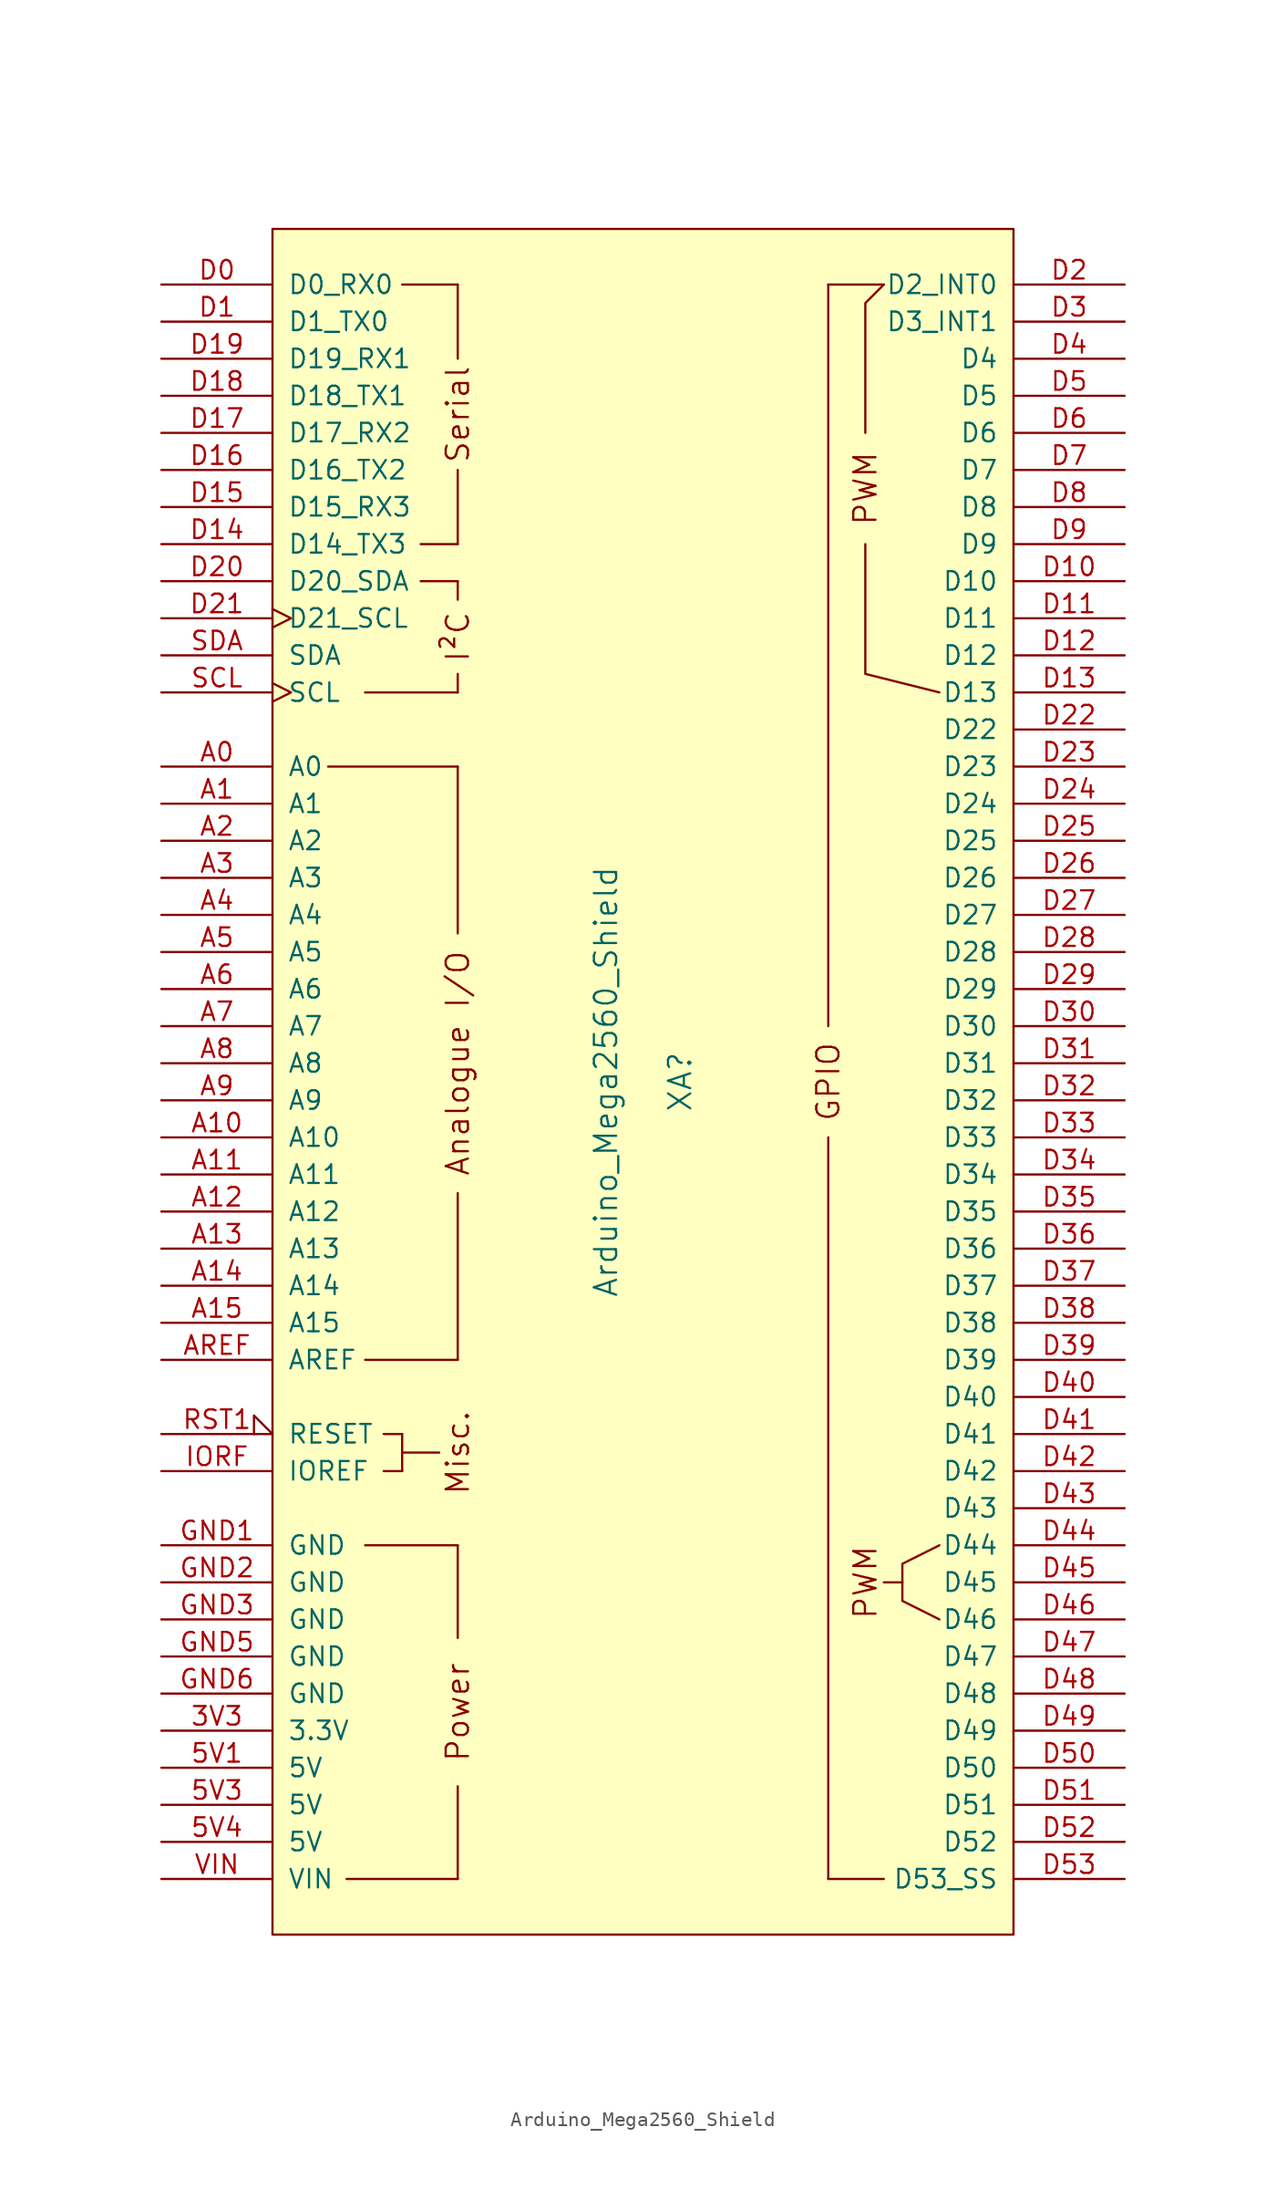
<source format=kicad_sym>
(kicad_symbol_lib
  (version 20220914)
  (generator kicad_symbol_editor)
  (symbol "Arduino_Mega2560_Shield"
    (pin_names
      (offset 1.016))
    (property "Reference" "XA"
      (at 2.54 0 90)
      (effects (font (size 1.524 1.524))))
    (property "Value" "Arduino_Mega2560_Shield"
      (at -2.54 0 90)
      (effects (font (size 1.524 1.524))))
    (symbol "Arduino_Mega2560_Shield_0_0"
      (rectangle (start -25.4 -58.42) (end 25.4 58.42) (stroke (width 0) (type solid)) (fill (type background)))
      (rectangle (start -20.32 -54.61) (end -12.7 -54.61) (stroke (width 0) (type solid)) (fill (type none)))
      (rectangle (start -19.05 -31.75) (end -12.7 -31.75) (stroke (width 0) (type solid)) (fill (type none)))
      (rectangle (start -19.05 -19.05) (end -12.7 -19.05) (stroke (width 0) (type solid)) (fill (type none)))
      (rectangle (start -19.05 26.67) (end -12.7 26.67) (stroke (width 0) (type solid)) (fill (type none)))
      (rectangle (start -17.78 -26.67) (end -16.51 -26.67) (stroke (width 0) (type solid)) (fill (type none)))
      (rectangle (start -17.78 -24.13) (end -16.51 -24.13) (stroke (width 0) (type solid)) (fill (type none)))
      (rectangle (start -16.51 -25.4) (end -13.97 -25.4) (stroke (width 0) (type solid)) (fill (type none)))
      (rectangle (start -16.51 -24.13) (end -16.51 -26.67) (stroke (width 0) (type solid)) (fill (type none)))
      (rectangle (start -16.51 54.61) (end -12.7 54.61) (stroke (width 0) (type solid)) (fill (type none)))
      (rectangle (start -15.24 34.29) (end -12.7 34.29) (stroke (width 0) (type solid)) (fill (type none)))
      (rectangle (start -15.24 36.83) (end -12.7 36.83) (stroke (width 0) (type solid)) (fill (type none)))
      (rectangle (start -12.7 -54.61) (end -12.7 -48.26) (stroke (width 0) (type solid)) (fill (type none)))
      (rectangle (start -12.7 -31.75) (end -12.7 -38.1) (stroke (width 0) (type solid)) (fill (type none)))
      (rectangle (start -12.7 26.67) (end -12.7 27.94) (stroke (width 0) (type solid)) (fill (type none)))
      (rectangle (start -12.7 34.29) (end -12.7 33.02) (stroke (width 0) (type solid)) (fill (type none)))
      (rectangle (start -12.7 41.91) (end -12.7 36.83) (stroke (width 0) (type solid)) (fill (type none)))
      (rectangle (start -12.7 49.53) (end -12.7 54.61) (stroke (width 0) (type solid)) (fill (type none)))
      (polyline (pts (xy -21.59 21.59) (xy -12.7 21.59)) (stroke (width 0) (type solid)) (fill (type none)))
      (polyline (pts (xy -12.7 -19.05) (xy -12.7 -7.62)) (stroke (width 0) (type solid)) (fill (type none)))
      (polyline (pts (xy -12.7 10.16) (xy -12.7 21.59)) (stroke (width 0) (type solid)) (fill (type none)))
      (polyline (pts (xy 12.7 -54.61) (xy 16.51 -54.61)) (stroke (width 0) (type solid)) (fill (type none)))
      (polyline (pts (xy 12.7 54.61) (xy 16.51 54.61)) (stroke (width 0) (type solid)) (fill (type none)))
      (polyline (pts (xy 17.78 -34.29) (xy 16.51 -34.29)) (stroke (width 0) (type solid)) (fill (type none)))
      (polyline (pts (xy 15.24 36.83) (xy 15.24 27.94) (xy 20.32 26.67)) (stroke (width 0) (type solid)) (fill (type none)))
      (polyline (pts (xy 15.24 44.45) (xy 15.24 53.34) (xy 16.51 54.61)) (stroke (width 0) (type solid)) (fill (type none)))
      (polyline (pts (xy 20.32 -31.75) (xy 17.78 -33.02) (xy 17.78 -35.56) (xy 20.32 -36.83)) (stroke (width 0) (type solid)) (fill (type none)))
      (text "Analogue I/O" (at -12.7 1.27 900) (effects (font (size 1.524 1.524))))
      (text "I²C" (at -12.7 30.48 900) (effects (font (size 1.524 1.524))))
      (text "Misc." (at -12.7 -25.4 900) (effects (font (size 1.524 1.524))))
      (text "Power" (at -12.7 -43.18 900) (effects (font (size 1.524 1.524))))
      (text "PWM" (at 15.24 -34.29 900) (effects (font (size 1.524 1.524))))
      (text "PWM" (at 15.24 40.64 900) (effects (font (size 1.524 1.524))))
      (text "Serial" (at -12.7 45.72 900) (effects (font (size 1.524 1.524)))))
    (symbol "Arduino_Mega2560_Shield_1_0"
      (rectangle (start 12.7 -54.61) (end 12.7 -3.81) (stroke (width 0) (type solid)) (fill (type none)))
      (rectangle (start 12.7 54.61) (end 12.7 3.81) (stroke (width 0) (type solid)) (fill (type none)))
      (text "GPIO" (at 12.7 0 900) (effects (font (size 1.524 1.524)))))
    (symbol "Arduino_Mega2560_Shield_1_1"
      (pin power_in line (at -33.02 -44.45 0) (length 7.62) (name "3.3V" (effects (font (size 1.27 1.27)))) (number "3V3" (effects (font (size 1.27 1.27)))))
      (pin power_in line (at -33.02 -46.99 0) (length 7.62) (name "5V" (effects (font (size 1.27 1.27)))) (number "5V1" (effects (font (size 1.27 1.27)))))
      (pin power_in line (at -33.02 -49.53 0) (length 7.62) (name "5V" (effects (font (size 1.27 1.27)))) (number "5V3" (effects (font (size 1.27 1.27)))))
      (pin power_in line (at -33.02 -52.07 0) (length 7.62) (name "5V" (effects (font (size 1.27 1.27)))) (number "5V4" (effects (font (size 1.27 1.27)))))
      (pin bidirectional line (at -33.02 21.59 0) (length 7.62) (name "A0" (effects (font (size 1.27 1.27)))) (number "A0" (effects (font (size 1.27 1.27)))))
      (pin bidirectional line (at -33.02 19.05 0) (length 7.62) (name "A1" (effects (font (size 1.27 1.27)))) (number "A1" (effects (font (size 1.27 1.27)))))
      (pin bidirectional line (at -33.02 -3.81 0) (length 7.62) (name "A10" (effects (font (size 1.27 1.27)))) (number "A10" (effects (font (size 1.27 1.27)))))
      (pin bidirectional line (at -33.02 -6.35 0) (length 7.62) (name "A11" (effects (font (size 1.27 1.27)))) (number "A11" (effects (font (size 1.27 1.27)))))
      (pin bidirectional line (at -33.02 -8.89 0) (length 7.62) (name "A12" (effects (font (size 1.27 1.27)))) (number "A12" (effects (font (size 1.27 1.27)))))
      (pin bidirectional line (at -33.02 -11.43 0) (length 7.62) (name "A13" (effects (font (size 1.27 1.27)))) (number "A13" (effects (font (size 1.27 1.27)))))
      (pin bidirectional line (at -33.02 -13.97 0) (length 7.62) (name "A14" (effects (font (size 1.27 1.27)))) (number "A14" (effects (font (size 1.27 1.27)))))
      (pin bidirectional line (at -33.02 -16.51 0) (length 7.62) (name "A15" (effects (font (size 1.27 1.27)))) (number "A15" (effects (font (size 1.27 1.27)))))
      (pin bidirectional line (at -33.02 16.51 0) (length 7.62) (name "A2" (effects (font (size 1.27 1.27)))) (number "A2" (effects (font (size 1.27 1.27)))))
      (pin bidirectional line (at -33.02 13.97 0) (length 7.62) (name "A3" (effects (font (size 1.27 1.27)))) (number "A3" (effects (font (size 1.27 1.27)))))
      (pin bidirectional line (at -33.02 11.43 0) (length 7.62) (name "A4" (effects (font (size 1.27 1.27)))) (number "A4" (effects (font (size 1.27 1.27)))))
      (pin bidirectional line (at -33.02 8.89 0) (length 7.62) (name "A5" (effects (font (size 1.27 1.27)))) (number "A5" (effects (font (size 1.27 1.27)))))
      (pin bidirectional line (at -33.02 6.35 0) (length 7.62) (name "A6" (effects (font (size 1.27 1.27)))) (number "A6" (effects (font (size 1.27 1.27)))))
      (pin bidirectional line (at -33.02 3.81 0) (length 7.62) (name "A7" (effects (font (size 1.27 1.27)))) (number "A7" (effects (font (size 1.27 1.27)))))
      (pin bidirectional line (at -33.02 1.27 0) (length 7.62) (name "A8" (effects (font (size 1.27 1.27)))) (number "A8" (effects (font (size 1.27 1.27)))))
      (pin bidirectional line (at -33.02 -1.27 0) (length 7.62) (name "A9" (effects (font (size 1.27 1.27)))) (number "A9" (effects (font (size 1.27 1.27)))))
      (pin input line (at -33.02 -19.05 0) (length 7.62) (name "AREF" (effects (font (size 1.27 1.27)))) (number "AREF" (effects (font (size 1.27 1.27)))))
      (pin bidirectional line (at -33.02 54.61 0) (length 7.62) (name "D0_RX0" (effects (font (size 1.27 1.27)))) (number "D0" (effects (font (size 1.27 1.27)))))
      (pin bidirectional line (at -33.02 52.07 0) (length 7.62) (name "D1_TX0" (effects (font (size 1.27 1.27)))) (number "D1" (effects (font (size 1.27 1.27)))))
      (pin bidirectional line (at 33.02 34.29 180) (length 7.62) (name "D10" (effects (font (size 1.27 1.27)))) (number "D10" (effects (font (size 1.27 1.27)))))
      (pin bidirectional line (at 33.02 31.75 180) (length 7.62) (name "D11" (effects (font (size 1.27 1.27)))) (number "D11" (effects (font (size 1.27 1.27)))))
      (pin bidirectional line (at 33.02 29.21 180) (length 7.62) (name "D12" (effects (font (size 1.27 1.27)))) (number "D12" (effects (font (size 1.27 1.27)))))
      (pin bidirectional line (at 33.02 26.67 180) (length 7.62) (name "D13" (effects (font (size 1.27 1.27)))) (number "D13" (effects (font (size 1.27 1.27)))))
      (pin bidirectional line (at -33.02 36.83 0) (length 7.62) (name "D14_TX3" (effects (font (size 1.27 1.27)))) (number "D14" (effects (font (size 1.27 1.27)))))
      (pin bidirectional line (at -33.02 39.37 0) (length 7.62) (name "D15_RX3" (effects (font (size 1.27 1.27)))) (number "D15" (effects (font (size 1.27 1.27)))))
      (pin bidirectional line (at -33.02 41.91 0) (length 7.62) (name "D16_TX2" (effects (font (size 1.27 1.27)))) (number "D16" (effects (font (size 1.27 1.27)))))
      (pin bidirectional line (at -33.02 44.45 0) (length 7.62) (name "D17_RX2" (effects (font (size 1.27 1.27)))) (number "D17" (effects (font (size 1.27 1.27)))))
      (pin bidirectional line (at -33.02 46.99 0) (length 7.62) (name "D18_TX1" (effects (font (size 1.27 1.27)))) (number "D18" (effects (font (size 1.27 1.27)))))
      (pin bidirectional line (at -33.02 49.53 0) (length 7.62) (name "D19_RX1" (effects (font (size 1.27 1.27)))) (number "D19" (effects (font (size 1.27 1.27)))))
      (pin bidirectional line (at 33.02 54.61 180) (length 7.62) (name "D2_INT0" (effects (font (size 1.27 1.27)))) (number "D2" (effects (font (size 1.27 1.27)))))
      (pin bidirectional line (at -33.02 34.29 0) (length 7.62) (name "D20_SDA" (effects (font (size 1.27 1.27)))) (number "D20" (effects (font (size 1.27 1.27)))))
      (pin bidirectional clock (at -33.02 31.75 0) (length 7.62) (name "D21_SCL" (effects (font (size 1.27 1.27)))) (number "D21" (effects (font (size 1.27 1.27)))))
      (pin bidirectional line (at 33.02 24.13 180) (length 7.62) (name "D22" (effects (font (size 1.27 1.27)))) (number "D22" (effects (font (size 1.27 1.27)))))
      (pin bidirectional line (at 33.02 21.59 180) (length 7.62) (name "D23" (effects (font (size 1.27 1.27)))) (number "D23" (effects (font (size 1.27 1.27)))))
      (pin bidirectional line (at 33.02 19.05 180) (length 7.62) (name "D24" (effects (font (size 1.27 1.27)))) (number "D24" (effects (font (size 1.27 1.27)))))
      (pin bidirectional line (at 33.02 16.51 180) (length 7.62) (name "D25" (effects (font (size 1.27 1.27)))) (number "D25" (effects (font (size 1.27 1.27)))))
      (pin bidirectional line (at 33.02 13.97 180) (length 7.62) (name "D26" (effects (font (size 1.27 1.27)))) (number "D26" (effects (font (size 1.27 1.27)))))
      (pin bidirectional line (at 33.02 11.43 180) (length 7.62) (name "D27" (effects (font (size 1.27 1.27)))) (number "D27" (effects (font (size 1.27 1.27)))))
      (pin bidirectional line (at 33.02 8.89 180) (length 7.62) (name "D28" (effects (font (size 1.27 1.27)))) (number "D28" (effects (font (size 1.27 1.27)))))
      (pin bidirectional line (at 33.02 6.35 180) (length 7.62) (name "D29" (effects (font (size 1.27 1.27)))) (number "D29" (effects (font (size 1.27 1.27)))))
      (pin bidirectional line (at 33.02 52.07 180) (length 7.62) (name "D3_INT1" (effects (font (size 1.27 1.27)))) (number "D3" (effects (font (size 1.27 1.27)))))
      (pin bidirectional line (at 33.02 3.81 180) (length 7.62) (name "D30" (effects (font (size 1.27 1.27)))) (number "D30" (effects (font (size 1.27 1.27)))))
      (pin bidirectional line (at 33.02 1.27 180) (length 7.62) (name "D31" (effects (font (size 1.27 1.27)))) (number "D31" (effects (font (size 1.27 1.27)))))
      (pin bidirectional line (at 33.02 -1.27 180) (length 7.62) (name "D32" (effects (font (size 1.27 1.27)))) (number "D32" (effects (font (size 1.27 1.27)))))
      (pin bidirectional line (at 33.02 -3.81 180) (length 7.62) (name "D33" (effects (font (size 1.27 1.27)))) (number "D33" (effects (font (size 1.27 1.27)))))
      (pin bidirectional line (at 33.02 -6.35 180) (length 7.62) (name "D34" (effects (font (size 1.27 1.27)))) (number "D34" (effects (font (size 1.27 1.27)))))
      (pin bidirectional line (at 33.02 -8.89 180) (length 7.62) (name "D35" (effects (font (size 1.27 1.27)))) (number "D35" (effects (font (size 1.27 1.27)))))
      (pin bidirectional line (at 33.02 -11.43 180) (length 7.62) (name "D36" (effects (font (size 1.27 1.27)))) (number "D36" (effects (font (size 1.27 1.27)))))
      (pin bidirectional line (at 33.02 -13.97 180) (length 7.62) (name "D37" (effects (font (size 1.27 1.27)))) (number "D37" (effects (font (size 1.27 1.27)))))
      (pin bidirectional line (at 33.02 -16.51 180) (length 7.62) (name "D38" (effects (font (size 1.27 1.27)))) (number "D38" (effects (font (size 1.27 1.27)))))
      (pin bidirectional line (at 33.02 -19.05 180) (length 7.62) (name "D39" (effects (font (size 1.27 1.27)))) (number "D39" (effects (font (size 1.27 1.27)))))
      (pin bidirectional line (at 33.02 49.53 180) (length 7.62) (name "D4" (effects (font (size 1.27 1.27)))) (number "D4" (effects (font (size 1.27 1.27)))))
      (pin bidirectional line (at 33.02 -21.59 180) (length 7.62) (name "D40" (effects (font (size 1.27 1.27)))) (number "D40" (effects (font (size 1.27 1.27)))))
      (pin bidirectional line (at 33.02 -24.13 180) (length 7.62) (name "D41" (effects (font (size 1.27 1.27)))) (number "D41" (effects (font (size 1.27 1.27)))))
      (pin bidirectional line (at 33.02 -26.67 180) (length 7.62) (name "D42" (effects (font (size 1.27 1.27)))) (number "D42" (effects (font (size 1.27 1.27)))))
      (pin bidirectional line (at 33.02 -29.21 180) (length 7.62) (name "D43" (effects (font (size 1.27 1.27)))) (number "D43" (effects (font (size 1.27 1.27)))))
      (pin bidirectional line (at 33.02 -31.75 180) (length 7.62) (name "D44" (effects (font (size 1.27 1.27)))) (number "D44" (effects (font (size 1.27 1.27)))))
      (pin bidirectional line (at 33.02 -34.29 180) (length 7.62) (name "D45" (effects (font (size 1.27 1.27)))) (number "D45" (effects (font (size 1.27 1.27)))))
      (pin bidirectional line (at 33.02 -36.83 180) (length 7.62) (name "D46" (effects (font (size 1.27 1.27)))) (number "D46" (effects (font (size 1.27 1.27)))))
      (pin bidirectional line (at 33.02 -39.37 180) (length 7.62) (name "D47" (effects (font (size 1.27 1.27)))) (number "D47" (effects (font (size 1.27 1.27)))))
      (pin bidirectional line (at 33.02 -41.91 180) (length 7.62) (name "D48" (effects (font (size 1.27 1.27)))) (number "D48" (effects (font (size 1.27 1.27)))))
      (pin bidirectional line (at 33.02 -44.45 180) (length 7.62) (name "D49" (effects (font (size 1.27 1.27)))) (number "D49" (effects (font (size 1.27 1.27)))))
      (pin bidirectional line (at 33.02 46.99 180) (length 7.62) (name "D5" (effects (font (size 1.27 1.27)))) (number "D5" (effects (font (size 1.27 1.27)))))
      (pin bidirectional line (at 33.02 -46.99 180) (length 7.62) (name "D50" (effects (font (size 1.27 1.27)))) (number "D50" (effects (font (size 1.27 1.27)))))
      (pin bidirectional line (at 33.02 -49.53 180) (length 7.62) (name "D51" (effects (font (size 1.27 1.27)))) (number "D51" (effects (font (size 1.27 1.27)))))
      (pin bidirectional line (at 33.02 -52.07 180) (length 7.62) (name "D52" (effects (font (size 1.27 1.27)))) (number "D52" (effects (font (size 1.27 1.27)))))
      (pin bidirectional line (at 33.02 -54.61 180) (length 7.62) (name "D53_SS" (effects (font (size 1.27 1.27)))) (number "D53" (effects (font (size 1.27 1.27)))))
      (pin bidirectional line (at 33.02 44.45 180) (length 7.62) (name "D6" (effects (font (size 1.27 1.27)))) (number "D6" (effects (font (size 1.27 1.27)))))
      (pin bidirectional line (at 33.02 41.91 180) (length 7.62) (name "D7" (effects (font (size 1.27 1.27)))) (number "D7" (effects (font (size 1.27 1.27)))))
      (pin bidirectional line (at 33.02 39.37 180) (length 7.62) (name "D8" (effects (font (size 1.27 1.27)))) (number "D8" (effects (font (size 1.27 1.27)))))
      (pin bidirectional line (at 33.02 36.83 180) (length 7.62) (name "D9" (effects (font (size 1.27 1.27)))) (number "D9" (effects (font (size 1.27 1.27)))))
      (pin power_in line (at -33.02 -31.75 0) (length 7.62) (name "GND" (effects (font (size 1.27 1.27)))) (number "GND1" (effects (font (size 1.27 1.27)))))
      (pin power_in line (at -33.02 -34.29 0) (length 7.62) (name "GND" (effects (font (size 1.27 1.27)))) (number "GND2" (effects (font (size 1.27 1.27)))))
      (pin power_in line (at -33.02 -36.83 0) (length 7.62) (name "GND" (effects (font (size 1.27 1.27)))) (number "GND3" (effects (font (size 1.27 1.27)))))
      (pin power_in line (at -33.02 -39.37 0) (length 7.62) (name "GND" (effects (font (size 1.27 1.27)))) (number "GND5" (effects (font (size 1.27 1.27)))))
      (pin power_in line (at -33.02 -41.91 0) (length 7.62) (name "GND" (effects (font (size 1.27 1.27)))) (number "GND6" (effects (font (size 1.27 1.27)))))
      (pin output line (at -33.02 -26.67 0) (length 7.62) (name "IOREF" (effects (font (size 1.27 1.27)))) (number "IORF" (effects (font (size 1.27 1.27)))))
      (pin open_collector input_low (at -33.02 -24.13 0) (length 7.62) (name "RESET" (effects (font (size 1.27 1.27)))) (number "RST1" (effects (font (size 1.27 1.27)))))
      (pin bidirectional clock (at -33.02 26.67 0) (length 7.62) (name "SCL" (effects (font (size 1.27 1.27)))) (number "SCL" (effects (font (size 1.27 1.27)))))
      (pin bidirectional line (at -33.02 29.21 0) (length 7.62) (name "SDA" (effects (font (size 1.27 1.27)))) (number "SDA" (effects (font (size 1.27 1.27)))))
      (pin power_in line (at -33.02 -54.61 0) (length 7.62) (name "VIN" (effects (font (size 1.27 1.27)))) (number "VIN" (effects (font (size 1.27 1.27))))))))
</source>
